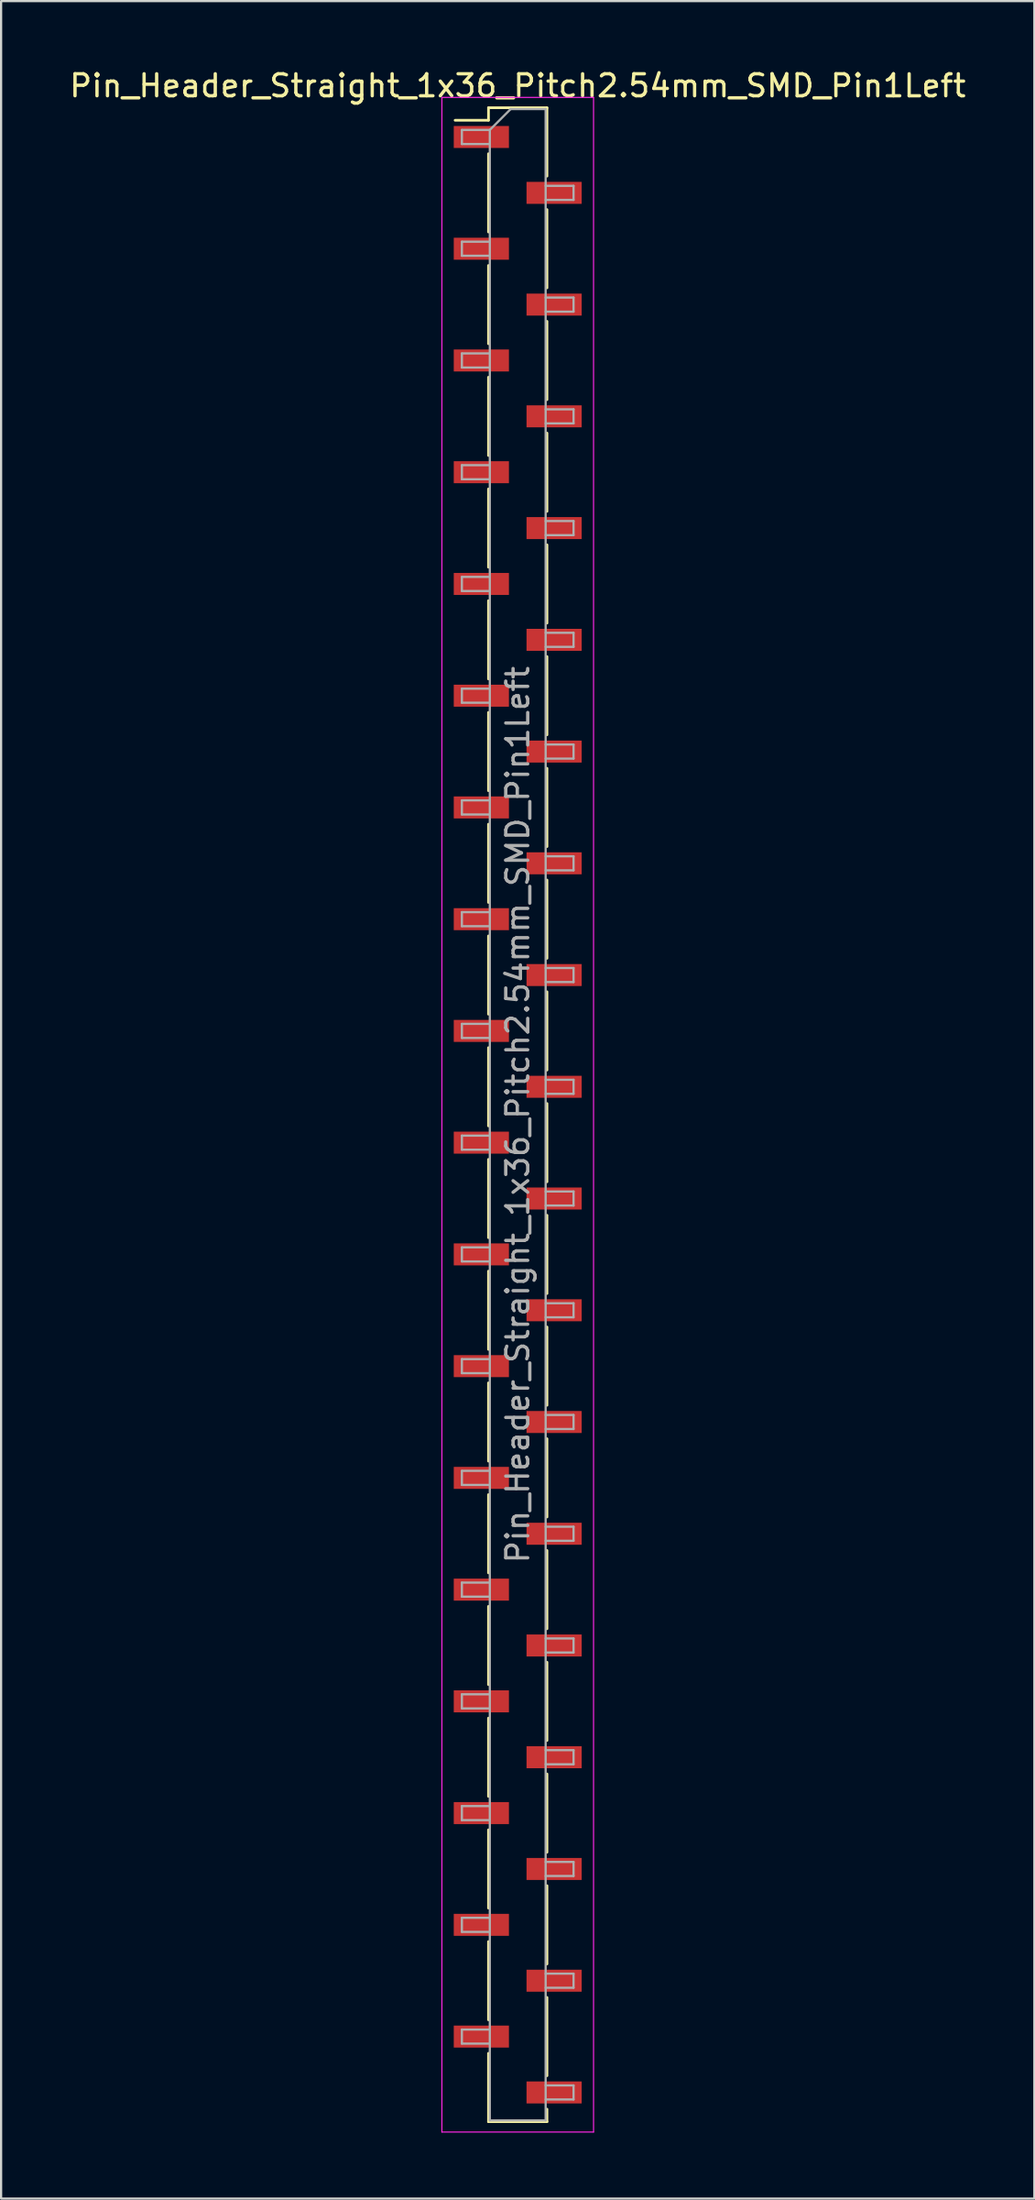
<source format=kicad_pcb>
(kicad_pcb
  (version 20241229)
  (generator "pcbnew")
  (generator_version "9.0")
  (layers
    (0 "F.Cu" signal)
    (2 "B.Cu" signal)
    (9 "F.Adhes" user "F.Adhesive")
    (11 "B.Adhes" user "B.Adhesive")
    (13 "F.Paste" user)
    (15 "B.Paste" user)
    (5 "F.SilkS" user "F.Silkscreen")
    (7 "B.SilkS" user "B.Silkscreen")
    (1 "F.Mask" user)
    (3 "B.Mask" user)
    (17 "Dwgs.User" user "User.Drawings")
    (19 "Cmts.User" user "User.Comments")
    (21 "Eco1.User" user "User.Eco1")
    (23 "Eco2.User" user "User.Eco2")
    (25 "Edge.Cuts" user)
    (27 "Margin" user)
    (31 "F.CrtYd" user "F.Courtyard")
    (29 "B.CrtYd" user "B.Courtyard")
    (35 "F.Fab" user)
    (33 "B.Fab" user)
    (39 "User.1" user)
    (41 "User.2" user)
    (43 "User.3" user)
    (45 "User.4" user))
  (footprint "Pin_Header_Straight_1x36_Pitch2.54mm_SMD_Pin1Left"
    (layer "F.Cu")
    (at 20.506 47.628)
    (property "Reference" "Pin_Header_Straight_1x36_Pitch2.54mm_SMD_Pin1Left" (at 0 -46.78 0) (layer "F.SilkS") (effects (font (size 1 1) (thickness 0.15))))
    (attr smd)
    (fp_line (start -1.33 -45.78) (end -1.33 -45.21) (stroke (width 0.12) (type solid)) (layer "F.SilkS"))
    (fp_line (start -1.33 -45.78) (end 1.33 -45.78) (stroke (width 0.12) (type solid)) (layer "F.SilkS"))
    (fp_line (start -1.33 -45.21) (end -2.85 -45.21) (stroke (width 0.12) (type solid)) (layer "F.SilkS"))
    (fp_line (start -1.33 -43.69) (end -1.33 -40.13) (stroke (width 0.12) (type solid)) (layer "F.SilkS"))
    (fp_line (start -1.33 -38.61) (end -1.33 -35.05) (stroke (width 0.12) (type solid)) (layer "F.SilkS"))
    (fp_line (start -1.33 -33.53) (end -1.33 -29.97) (stroke (width 0.12) (type solid)) (layer "F.SilkS"))
    (fp_line (start -1.33 -28.45) (end -1.33 -24.89) (stroke (width 0.12) (type solid)) (layer "F.SilkS"))
    (fp_line (start -1.33 -23.37) (end -1.33 -19.81) (stroke (width 0.12) (type solid)) (layer "F.SilkS"))
    (fp_line (start -1.33 -18.29) (end -1.33 -14.73) (stroke (width 0.12) (type solid)) (layer "F.SilkS"))
    (fp_line (start -1.33 -13.21) (end -1.33 -9.65) (stroke (width 0.12) (type solid)) (layer "F.SilkS"))
    (fp_line (start -1.33 -8.13) (end -1.33 -4.57) (stroke (width 0.12) (type solid)) (layer "F.SilkS"))
    (fp_line (start -1.33 -3.05) (end -1.33 0.51) (stroke (width 0.12) (type solid)) (layer "F.SilkS"))
    (fp_line (start -1.33 2.03) (end -1.33 5.59) (stroke (width 0.12) (type solid)) (layer "F.SilkS"))
    (fp_line (start -1.33 7.11) (end -1.33 10.67) (stroke (width 0.12) (type solid)) (layer "F.SilkS"))
    (fp_line (start -1.33 12.19) (end -1.33 15.75) (stroke (width 0.12) (type solid)) (layer "F.SilkS"))
    (fp_line (start -1.33 17.27) (end -1.33 20.83) (stroke (width 0.12) (type solid)) (layer "F.SilkS"))
    (fp_line (start -1.33 22.35) (end -1.33 25.91) (stroke (width 0.12) (type solid)) (layer "F.SilkS"))
    (fp_line (start -1.33 27.43) (end -1.33 30.99) (stroke (width 0.12) (type solid)) (layer "F.SilkS"))
    (fp_line (start -1.33 32.51) (end -1.33 36.07) (stroke (width 0.12) (type solid)) (layer "F.SilkS"))
    (fp_line (start -1.33 37.59) (end -1.33 41.15) (stroke (width 0.12) (type solid)) (layer "F.SilkS"))
    (fp_line (start -1.33 42.67) (end -1.33 45.78) (stroke (width 0.12) (type solid)) (layer "F.SilkS"))
    (fp_line (start -1.33 45.78) (end 1.33 45.78) (stroke (width 0.12) (type solid)) (layer "F.SilkS"))
    (fp_line (start 1.33 -45.78) (end 1.33 -42.67) (stroke (width 0.12) (type solid)) (layer "F.SilkS"))
    (fp_line (start 1.33 -41.15) (end 1.33 -37.59) (stroke (width 0.12) (type solid)) (layer "F.SilkS"))
    (fp_line (start 1.33 -36.07) (end 1.33 -32.51) (stroke (width 0.12) (type solid)) (layer "F.SilkS"))
    (fp_line (start 1.33 -30.99) (end 1.33 -27.43) (stroke (width 0.12) (type solid)) (layer "F.SilkS"))
    (fp_line (start 1.33 -25.91) (end 1.33 -22.35) (stroke (width 0.12) (type solid)) (layer "F.SilkS"))
    (fp_line (start 1.33 -20.83) (end 1.33 -17.27) (stroke (width 0.12) (type solid)) (layer "F.SilkS"))
    (fp_line (start 1.33 -15.75) (end 1.33 -12.19) (stroke (width 0.12) (type solid)) (layer "F.SilkS"))
    (fp_line (start 1.33 -10.67) (end 1.33 -7.11) (stroke (width 0.12) (type solid)) (layer "F.SilkS"))
    (fp_line (start 1.33 -5.59) (end 1.33 -2.03) (stroke (width 0.12) (type solid)) (layer "F.SilkS"))
    (fp_line (start 1.33 -0.51) (end 1.33 3.05) (stroke (width 0.12) (type solid)) (layer "F.SilkS"))
    (fp_line (start 1.33 4.57) (end 1.33 8.13) (stroke (width 0.12) (type solid)) (layer "F.SilkS"))
    (fp_line (start 1.33 9.65) (end 1.33 13.21) (stroke (width 0.12) (type solid)) (layer "F.SilkS"))
    (fp_line (start 1.33 14.73) (end 1.33 18.29) (stroke (width 0.12) (type solid)) (layer "F.SilkS"))
    (fp_line (start 1.33 19.81) (end 1.33 23.37) (stroke (width 0.12) (type solid)) (layer "F.SilkS"))
    (fp_line (start 1.33 24.89) (end 1.33 28.45) (stroke (width 0.12) (type solid)) (layer "F.SilkS"))
    (fp_line (start 1.33 29.97) (end 1.33 33.53) (stroke (width 0.12) (type solid)) (layer "F.SilkS"))
    (fp_line (start 1.33 35.05) (end 1.33 38.61) (stroke (width 0.12) (type solid)) (layer "F.SilkS"))
    (fp_line (start 1.33 40.13) (end 1.33 43.69) (stroke (width 0.12) (type solid)) (layer "F.SilkS"))
    (fp_line (start 1.33 45.21) (end 1.33 45.78) (stroke (width 0.12) (type solid)) (layer "F.SilkS"))
    (fp_line (start -3.45 -46.25) (end -3.45 46.25) (stroke (width 0.05) (type solid)) (layer "F.CrtYd"))
    (fp_line (start -3.45 46.25) (end 3.45 46.25) (stroke (width 0.05) (type solid)) (layer "F.CrtYd"))
    (fp_line (start 3.45 -46.25) (end -3.45 -46.25) (stroke (width 0.05) (type solid)) (layer "F.CrtYd"))
    (fp_line (start 3.45 46.25) (end 3.45 -46.25) (stroke (width 0.05) (type solid)) (layer "F.CrtYd"))
    (fp_line (start -2.54 -44.77) (end -2.54 -44.13) (stroke (width 0.1) (type solid)) (layer "F.Fab"))
    (fp_line (start -2.54 -44.13) (end -1.27 -44.13) (stroke (width 0.1) (type solid)) (layer "F.Fab"))
    (fp_line (start -2.54 -39.69) (end -2.54 -39.05) (stroke (width 0.1) (type solid)) (layer "F.Fab"))
    (fp_line (start -2.54 -39.05) (end -1.27 -39.05) (stroke (width 0.1) (type solid)) (layer "F.Fab"))
    (fp_line (start -2.54 -34.61) (end -2.54 -33.97) (stroke (width 0.1) (type solid)) (layer "F.Fab"))
    (fp_line (start -2.54 -33.97) (end -1.27 -33.97) (stroke (width 0.1) (type solid)) (layer "F.Fab"))
    (fp_line (start -2.54 -29.53) (end -2.54 -28.89) (stroke (width 0.1) (type solid)) (layer "F.Fab"))
    (fp_line (start -2.54 -28.89) (end -1.27 -28.89) (stroke (width 0.1) (type solid)) (layer "F.Fab"))
    (fp_line (start -2.54 -24.45) (end -2.54 -23.81) (stroke (width 0.1) (type solid)) (layer "F.Fab"))
    (fp_line (start -2.54 -23.81) (end -1.27 -23.81) (stroke (width 0.1) (type solid)) (layer "F.Fab"))
    (fp_line (start -2.54 -19.37) (end -2.54 -18.73) (stroke (width 0.1) (type solid)) (layer "F.Fab"))
    (fp_line (start -2.54 -18.73) (end -1.27 -18.73) (stroke (width 0.1) (type solid)) (layer "F.Fab"))
    (fp_line (start -2.54 -14.29) (end -2.54 -13.65) (stroke (width 0.1) (type solid)) (layer "F.Fab"))
    (fp_line (start -2.54 -13.65) (end -1.27 -13.65) (stroke (width 0.1) (type solid)) (layer "F.Fab"))
    (fp_line (start -2.54 -9.21) (end -2.54 -8.57) (stroke (width 0.1) (type solid)) (layer "F.Fab"))
    (fp_line (start -2.54 -8.57) (end -1.27 -8.57) (stroke (width 0.1) (type solid)) (layer "F.Fab"))
    (fp_line (start -2.54 -4.13) (end -2.54 -3.49) (stroke (width 0.1) (type solid)) (layer "F.Fab"))
    (fp_line (start -2.54 -3.49) (end -1.27 -3.49) (stroke (width 0.1) (type solid)) (layer "F.Fab"))
    (fp_line (start -2.54 0.95) (end -2.54 1.59) (stroke (width 0.1) (type solid)) (layer "F.Fab"))
    (fp_line (start -2.54 1.59) (end -1.27 1.59) (stroke (width 0.1) (type solid)) (layer "F.Fab"))
    (fp_line (start -2.54 6.03) (end -2.54 6.67) (stroke (width 0.1) (type solid)) (layer "F.Fab"))
    (fp_line (start -2.54 6.67) (end -1.27 6.67) (stroke (width 0.1) (type solid)) (layer "F.Fab"))
    (fp_line (start -2.54 11.11) (end -2.54 11.75) (stroke (width 0.1) (type solid)) (layer "F.Fab"))
    (fp_line (start -2.54 11.75) (end -1.27 11.75) (stroke (width 0.1) (type solid)) (layer "F.Fab"))
    (fp_line (start -2.54 16.19) (end -2.54 16.83) (stroke (width 0.1) (type solid)) (layer "F.Fab"))
    (fp_line (start -2.54 16.83) (end -1.27 16.83) (stroke (width 0.1) (type solid)) (layer "F.Fab"))
    (fp_line (start -2.54 21.27) (end -2.54 21.91) (stroke (width 0.1) (type solid)) (layer "F.Fab"))
    (fp_line (start -2.54 21.91) (end -1.27 21.91) (stroke (width 0.1) (type solid)) (layer "F.Fab"))
    (fp_line (start -2.54 26.35) (end -2.54 26.99) (stroke (width 0.1) (type solid)) (layer "F.Fab"))
    (fp_line (start -2.54 26.99) (end -1.27 26.99) (stroke (width 0.1) (type solid)) (layer "F.Fab"))
    (fp_line (start -2.54 31.43) (end -2.54 32.07) (stroke (width 0.1) (type solid)) (layer "F.Fab"))
    (fp_line (start -2.54 32.07) (end -1.27 32.07) (stroke (width 0.1) (type solid)) (layer "F.Fab"))
    (fp_line (start -2.54 36.51) (end -2.54 37.15) (stroke (width 0.1) (type solid)) (layer "F.Fab"))
    (fp_line (start -2.54 37.15) (end -1.27 37.15) (stroke (width 0.1) (type solid)) (layer "F.Fab"))
    (fp_line (start -2.54 41.59) (end -2.54 42.23) (stroke (width 0.1) (type solid)) (layer "F.Fab"))
    (fp_line (start -2.54 42.23) (end -1.27 42.23) (stroke (width 0.1) (type solid)) (layer "F.Fab"))
    (fp_line (start -1.27 -44.77) (end -2.54 -44.77) (stroke (width 0.1) (type solid)) (layer "F.Fab"))
    (fp_line (start -1.27 -44.77) (end -0.32 -45.72) (stroke (width 0.1) (type solid)) (layer "F.Fab"))
    (fp_line (start -1.27 -39.69) (end -2.54 -39.69) (stroke (width 0.1) (type solid)) (layer "F.Fab"))
    (fp_line (start -1.27 -34.61) (end -2.54 -34.61) (stroke (width 0.1) (type solid)) (layer "F.Fab"))
    (fp_line (start -1.27 -29.53) (end -2.54 -29.53) (stroke (width 0.1) (type solid)) (layer "F.Fab"))
    (fp_line (start -1.27 -24.45) (end -2.54 -24.45) (stroke (width 0.1) (type solid)) (layer "F.Fab"))
    (fp_line (start -1.27 -19.37) (end -2.54 -19.37) (stroke (width 0.1) (type solid)) (layer "F.Fab"))
    (fp_line (start -1.27 -14.29) (end -2.54 -14.29) (stroke (width 0.1) (type solid)) (layer "F.Fab"))
    (fp_line (start -1.27 -9.21) (end -2.54 -9.21) (stroke (width 0.1) (type solid)) (layer "F.Fab"))
    (fp_line (start -1.27 -4.13) (end -2.54 -4.13) (stroke (width 0.1) (type solid)) (layer "F.Fab"))
    (fp_line (start -1.27 0.95) (end -2.54 0.95) (stroke (width 0.1) (type solid)) (layer "F.Fab"))
    (fp_line (start -1.27 6.03) (end -2.54 6.03) (stroke (width 0.1) (type solid)) (layer "F.Fab"))
    (fp_line (start -1.27 11.11) (end -2.54 11.11) (stroke (width 0.1) (type solid)) (layer "F.Fab"))
    (fp_line (start -1.27 16.19) (end -2.54 16.19) (stroke (width 0.1) (type solid)) (layer "F.Fab"))
    (fp_line (start -1.27 21.27) (end -2.54 21.27) (stroke (width 0.1) (type solid)) (layer "F.Fab"))
    (fp_line (start -1.27 26.35) (end -2.54 26.35) (stroke (width 0.1) (type solid)) (layer "F.Fab"))
    (fp_line (start -1.27 31.43) (end -2.54 31.43) (stroke (width 0.1) (type solid)) (layer "F.Fab"))
    (fp_line (start -1.27 36.51) (end -2.54 36.51) (stroke (width 0.1) (type solid)) (layer "F.Fab"))
    (fp_line (start -1.27 41.59) (end -2.54 41.59) (stroke (width 0.1) (type solid)) (layer "F.Fab"))
    (fp_line (start -1.27 45.72) (end -1.27 -44.77) (stroke (width 0.1) (type solid)) (layer "F.Fab"))
    (fp_line (start -0.32 -45.72) (end 1.27 -45.72) (stroke (width 0.1) (type solid)) (layer "F.Fab"))
    (fp_line (start 1.27 -45.72) (end 1.27 45.72) (stroke (width 0.1) (type solid)) (layer "F.Fab"))
    (fp_line (start 1.27 -42.23) (end 2.54 -42.23) (stroke (width 0.1) (type solid)) (layer "F.Fab"))
    (fp_line (start 1.27 -37.15) (end 2.54 -37.15) (stroke (width 0.1) (type solid)) (layer "F.Fab"))
    (fp_line (start 1.27 -32.07) (end 2.54 -32.07) (stroke (width 0.1) (type solid)) (layer "F.Fab"))
    (fp_line (start 1.27 -26.99) (end 2.54 -26.99) (stroke (width 0.1) (type solid)) (layer "F.Fab"))
    (fp_line (start 1.27 -21.91) (end 2.54 -21.91) (stroke (width 0.1) (type solid)) (layer "F.Fab"))
    (fp_line (start 1.27 -16.83) (end 2.54 -16.83) (stroke (width 0.1) (type solid)) (layer "F.Fab"))
    (fp_line (start 1.27 -11.75) (end 2.54 -11.75) (stroke (width 0.1) (type solid)) (layer "F.Fab"))
    (fp_line (start 1.27 -6.67) (end 2.54 -6.67) (stroke (width 0.1) (type solid)) (layer "F.Fab"))
    (fp_line (start 1.27 -1.59) (end 2.54 -1.59) (stroke (width 0.1) (type solid)) (layer "F.Fab"))
    (fp_line (start 1.27 3.49) (end 2.54 3.49) (stroke (width 0.1) (type solid)) (layer "F.Fab"))
    (fp_line (start 1.27 8.57) (end 2.54 8.57) (stroke (width 0.1) (type solid)) (layer "F.Fab"))
    (fp_line (start 1.27 13.65) (end 2.54 13.65) (stroke (width 0.1) (type solid)) (layer "F.Fab"))
    (fp_line (start 1.27 18.73) (end 2.54 18.73) (stroke (width 0.1) (type solid)) (layer "F.Fab"))
    (fp_line (start 1.27 23.81) (end 2.54 23.81) (stroke (width 0.1) (type solid)) (layer "F.Fab"))
    (fp_line (start 1.27 28.89) (end 2.54 28.89) (stroke (width 0.1) (type solid)) (layer "F.Fab"))
    (fp_line (start 1.27 33.97) (end 2.54 33.97) (stroke (width 0.1) (type solid)) (layer "F.Fab"))
    (fp_line (start 1.27 39.05) (end 2.54 39.05) (stroke (width 0.1) (type solid)) (layer "F.Fab"))
    (fp_line (start 1.27 44.13) (end 2.54 44.13) (stroke (width 0.1) (type solid)) (layer "F.Fab"))
    (fp_line (start 1.27 45.72) (end -1.27 45.72) (stroke (width 0.1) (type solid)) (layer "F.Fab"))
    (fp_line (start 2.54 -42.23) (end 2.54 -41.59) (stroke (width 0.1) (type solid)) (layer "F.Fab"))
    (fp_line (start 2.54 -41.59) (end 1.27 -41.59) (stroke (width 0.1) (type solid)) (layer "F.Fab"))
    (fp_line (start 2.54 -37.15) (end 2.54 -36.51) (stroke (width 0.1) (type solid)) (layer "F.Fab"))
    (fp_line (start 2.54 -36.51) (end 1.27 -36.51) (stroke (width 0.1) (type solid)) (layer "F.Fab"))
    (fp_line (start 2.54 -32.07) (end 2.54 -31.43) (stroke (width 0.1) (type solid)) (layer "F.Fab"))
    (fp_line (start 2.54 -31.43) (end 1.27 -31.43) (stroke (width 0.1) (type solid)) (layer "F.Fab"))
    (fp_line (start 2.54 -26.99) (end 2.54 -26.35) (stroke (width 0.1) (type solid)) (layer "F.Fab"))
    (fp_line (start 2.54 -26.35) (end 1.27 -26.35) (stroke (width 0.1) (type solid)) (layer "F.Fab"))
    (fp_line (start 2.54 -21.91) (end 2.54 -21.27) (stroke (width 0.1) (type solid)) (layer "F.Fab"))
    (fp_line (start 2.54 -21.27) (end 1.27 -21.27) (stroke (width 0.1) (type solid)) (layer "F.Fab"))
    (fp_line (start 2.54 -16.83) (end 2.54 -16.19) (stroke (width 0.1) (type solid)) (layer "F.Fab"))
    (fp_line (start 2.54 -16.19) (end 1.27 -16.19) (stroke (width 0.1) (type solid)) (layer "F.Fab"))
    (fp_line (start 2.54 -11.75) (end 2.54 -11.11) (stroke (width 0.1) (type solid)) (layer "F.Fab"))
    (fp_line (start 2.54 -11.11) (end 1.27 -11.11) (stroke (width 0.1) (type solid)) (layer "F.Fab"))
    (fp_line (start 2.54 -6.67) (end 2.54 -6.03) (stroke (width 0.1) (type solid)) (layer "F.Fab"))
    (fp_line (start 2.54 -6.03) (end 1.27 -6.03) (stroke (width 0.1) (type solid)) (layer "F.Fab"))
    (fp_line (start 2.54 -1.59) (end 2.54 -0.95) (stroke (width 0.1) (type solid)) (layer "F.Fab"))
    (fp_line (start 2.54 -0.95) (end 1.27 -0.95) (stroke (width 0.1) (type solid)) (layer "F.Fab"))
    (fp_line (start 2.54 3.49) (end 2.54 4.13) (stroke (width 0.1) (type solid)) (layer "F.Fab"))
    (fp_line (start 2.54 4.13) (end 1.27 4.13) (stroke (width 0.1) (type solid)) (layer "F.Fab"))
    (fp_line (start 2.54 8.57) (end 2.54 9.21) (stroke (width 0.1) (type solid)) (layer "F.Fab"))
    (fp_line (start 2.54 9.21) (end 1.27 9.21) (stroke (width 0.1) (type solid)) (layer "F.Fab"))
    (fp_line (start 2.54 13.65) (end 2.54 14.29) (stroke (width 0.1) (type solid)) (layer "F.Fab"))
    (fp_line (start 2.54 14.29) (end 1.27 14.29) (stroke (width 0.1) (type solid)) (layer "F.Fab"))
    (fp_line (start 2.54 18.73) (end 2.54 19.37) (stroke (width 0.1) (type solid)) (layer "F.Fab"))
    (fp_line (start 2.54 19.37) (end 1.27 19.37) (stroke (width 0.1) (type solid)) (layer "F.Fab"))
    (fp_line (start 2.54 23.81) (end 2.54 24.45) (stroke (width 0.1) (type solid)) (layer "F.Fab"))
    (fp_line (start 2.54 24.45) (end 1.27 24.45) (stroke (width 0.1) (type solid)) (layer "F.Fab"))
    (fp_line (start 2.54 28.89) (end 2.54 29.53) (stroke (width 0.1) (type solid)) (layer "F.Fab"))
    (fp_line (start 2.54 29.53) (end 1.27 29.53) (stroke (width 0.1) (type solid)) (layer "F.Fab"))
    (fp_line (start 2.54 33.97) (end 2.54 34.61) (stroke (width 0.1) (type solid)) (layer "F.Fab"))
    (fp_line (start 2.54 34.61) (end 1.27 34.61) (stroke (width 0.1) (type solid)) (layer "F.Fab"))
    (fp_line (start 2.54 39.05) (end 2.54 39.69) (stroke (width 0.1) (type solid)) (layer "F.Fab"))
    (fp_line (start 2.54 39.69) (end 1.27 39.69) (stroke (width 0.1) (type solid)) (layer "F.Fab"))
    (fp_line (start 2.54 44.13) (end 2.54 44.77) (stroke (width 0.1) (type solid)) (layer "F.Fab"))
    (fp_line (start 2.54 44.77) (end 1.27 44.77) (stroke (width 0.1) (type solid)) (layer "F.Fab"))
    (fp_text user "${REFERENCE}" (at 0 0 90) (layer "F.Fab") (effects (font (size 1 1) (thickness 0.15))))
    (pad "1" smd rect (at -1.655 -44.45) (size 2.51 1) (layers "F.Cu" "F.Mask" "F.Paste"))
    (pad "2" smd rect (at 1.655 -41.91) (size 2.51 1) (layers "F.Cu" "F.Mask" "F.Paste"))
    (pad "3" smd rect (at -1.655 -39.37) (size 2.51 1) (layers "F.Cu" "F.Mask" "F.Paste"))
    (pad "4" smd rect (at 1.655 -36.83) (size 2.51 1) (layers "F.Cu" "F.Mask" "F.Paste"))
    (pad "5" smd rect (at -1.655 -34.29) (size 2.51 1) (layers "F.Cu" "F.Mask" "F.Paste"))
    (pad "6" smd rect (at 1.655 -31.75) (size 2.51 1) (layers "F.Cu" "F.Mask" "F.Paste"))
    (pad "7" smd rect (at -1.655 -29.21) (size 2.51 1) (layers "F.Cu" "F.Mask" "F.Paste"))
    (pad "8" smd rect (at 1.655 -26.67) (size 2.51 1) (layers "F.Cu" "F.Mask" "F.Paste"))
    (pad "9" smd rect (at -1.655 -24.13) (size 2.51 1) (layers "F.Cu" "F.Mask" "F.Paste"))
    (pad "10" smd rect (at 1.655 -21.59) (size 2.51 1) (layers "F.Cu" "F.Mask" "F.Paste"))
    (pad "11" smd rect (at -1.655 -19.05) (size 2.51 1) (layers "F.Cu" "F.Mask" "F.Paste"))
    (pad "12" smd rect (at 1.655 -16.51) (size 2.51 1) (layers "F.Cu" "F.Mask" "F.Paste"))
    (pad "13" smd rect (at -1.655 -13.97) (size 2.51 1) (layers "F.Cu" "F.Mask" "F.Paste"))
    (pad "14" smd rect (at 1.655 -11.43) (size 2.51 1) (layers "F.Cu" "F.Mask" "F.Paste"))
    (pad "15" smd rect (at -1.655 -8.89) (size 2.51 1) (layers "F.Cu" "F.Mask" "F.Paste"))
    (pad "16" smd rect (at 1.655 -6.35) (size 2.51 1) (layers "F.Cu" "F.Mask" "F.Paste"))
    (pad "17" smd rect (at -1.655 -3.81) (size 2.51 1) (layers "F.Cu" "F.Mask" "F.Paste"))
    (pad "18" smd rect (at 1.655 -1.27) (size 2.51 1) (layers "F.Cu" "F.Mask" "F.Paste"))
    (pad "19" smd rect (at -1.655 1.27) (size 2.51 1) (layers "F.Cu" "F.Mask" "F.Paste"))
    (pad "20" smd rect (at 1.655 3.81) (size 2.51 1) (layers "F.Cu" "F.Mask" "F.Paste"))
    (pad "21" smd rect (at -1.655 6.35) (size 2.51 1) (layers "F.Cu" "F.Mask" "F.Paste"))
    (pad "22" smd rect (at 1.655 8.89) (size 2.51 1) (layers "F.Cu" "F.Mask" "F.Paste"))
    (pad "23" smd rect (at -1.655 11.43) (size 2.51 1) (layers "F.Cu" "F.Mask" "F.Paste"))
    (pad "24" smd rect (at 1.655 13.97) (size 2.51 1) (layers "F.Cu" "F.Mask" "F.Paste"))
    (pad "25" smd rect (at -1.655 16.51) (size 2.51 1) (layers "F.Cu" "F.Mask" "F.Paste"))
    (pad "26" smd rect (at 1.655 19.05) (size 2.51 1) (layers "F.Cu" "F.Mask" "F.Paste"))
    (pad "27" smd rect (at -1.655 21.59) (size 2.51 1) (layers "F.Cu" "F.Mask" "F.Paste"))
    (pad "28" smd rect (at 1.655 24.13) (size 2.51 1) (layers "F.Cu" "F.Mask" "F.Paste"))
    (pad "29" smd rect (at -1.655 26.67) (size 2.51 1) (layers "F.Cu" "F.Mask" "F.Paste"))
    (pad "30" smd rect (at 1.655 29.21) (size 2.51 1) (layers "F.Cu" "F.Mask" "F.Paste"))
    (pad "31" smd rect (at -1.655 31.75) (size 2.51 1) (layers "F.Cu" "F.Mask" "F.Paste"))
    (pad "32" smd rect (at 1.655 34.29) (size 2.51 1) (layers "F.Cu" "F.Mask" "F.Paste"))
    (pad "33" smd rect (at -1.655 36.83) (size 2.51 1) (layers "F.Cu" "F.Mask" "F.Paste"))
    (pad "34" smd rect (at 1.655 39.37) (size 2.51 1) (layers "F.Cu" "F.Mask" "F.Paste"))
    (pad "35" smd rect (at -1.655 41.91) (size 2.51 1) (layers "F.Cu" "F.Mask" "F.Paste"))
    (pad "36" smd rect (at 1.655 44.45) (size 2.51 1) (layers "F.Cu" "F.Mask" "F.Paste")))
  (gr_rect
    (start -3 -3)
    (end 44.012 96.903)
    (stroke (width 0.1) (type default))
    (fill no)
    (layer "Edge.Cuts")))
</source>
